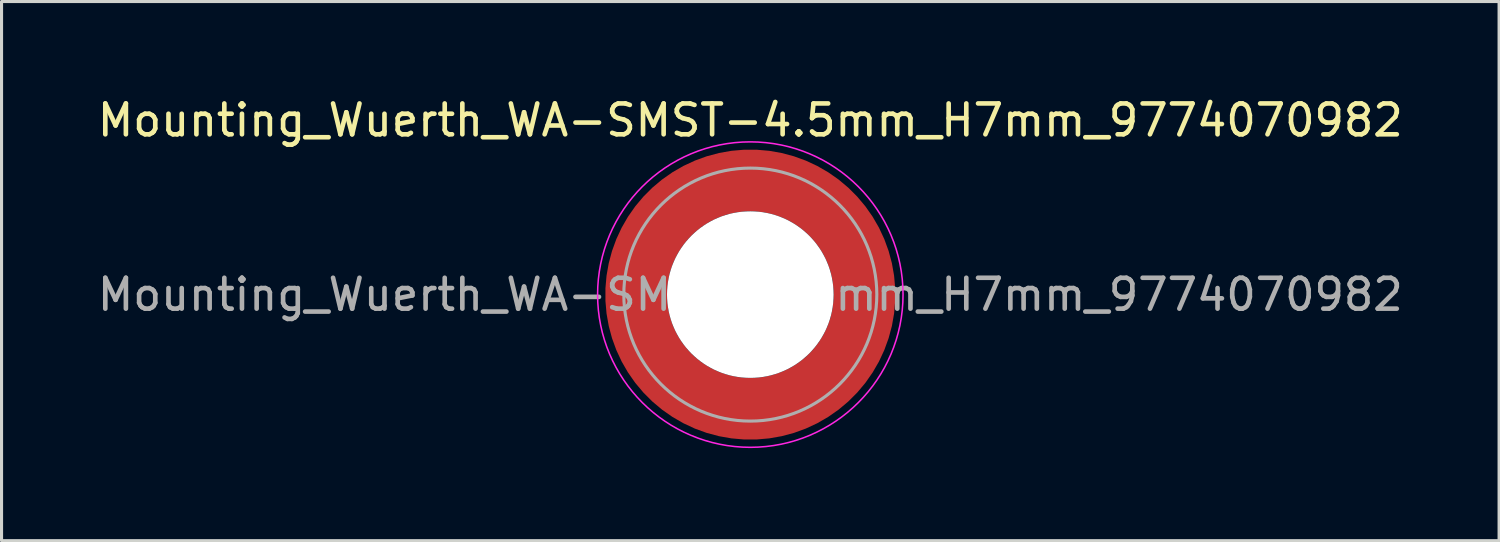
<source format=kicad_pcb>
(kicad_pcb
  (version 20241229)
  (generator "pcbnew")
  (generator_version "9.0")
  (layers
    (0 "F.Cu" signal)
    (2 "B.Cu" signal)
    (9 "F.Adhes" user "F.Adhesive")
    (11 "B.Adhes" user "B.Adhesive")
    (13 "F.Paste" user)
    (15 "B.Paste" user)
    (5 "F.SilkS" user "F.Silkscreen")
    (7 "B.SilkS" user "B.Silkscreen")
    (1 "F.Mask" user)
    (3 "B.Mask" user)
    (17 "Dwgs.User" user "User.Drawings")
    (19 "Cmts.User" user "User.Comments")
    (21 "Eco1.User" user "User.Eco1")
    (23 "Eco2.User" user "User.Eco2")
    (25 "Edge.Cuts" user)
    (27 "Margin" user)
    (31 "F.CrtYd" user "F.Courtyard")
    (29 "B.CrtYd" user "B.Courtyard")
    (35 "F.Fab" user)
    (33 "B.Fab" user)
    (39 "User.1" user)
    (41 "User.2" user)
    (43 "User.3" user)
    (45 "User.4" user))
  (footprint "Mounting_Wuerth_WA-SMST-4.5mm_H7mm_9774070982"
    (layer "F.Cu")
    (at 21.268 6.498)
    (property "Reference" "Mounting_Wuerth_WA-SMST-4.5mm_H7mm_9774070982" (at 0 -5.65 0) (layer "F.SilkS") (effects (font (size 1 1) (thickness 0.15))))
    (attr smd)
    (fp_circle (center 0 0) (end 4.95 0) (stroke (width 0.05) (type solid)) (fill no) (layer "F.CrtYd"))
    (fp_circle (center 0 0) (end 4.1 0) (stroke (width 0.1) (type solid)) (fill no) (layer "F.Fab"))
    (fp_text user "${REFERENCE}" (at 0 0 0) (layer "F.Fab") (effects (font (size 1 1) (thickness 0.15))))
    (pad "" smd custom (at -2.607 -2.607) (size 1.495 1.495) (layers "F.Paste") (options (anchor circle)) (primitives (gr_arc (start -0.188183 2.107456) (mid 0.598928 0.599619) (end 2.106494 -0.188011) (width 0.2)) (gr_arc (start -0.289416 2.107456) (mid 0.528508 0.529033) (end 2.106724 -0.28929) (width 0.2)) (gr_arc (start -0.390547 2.107456) (mid 0.457087 0.459449) (end 2.104161 -0.389996) (width 0.2)) (gr_arc (start -0.491585 2.107456) (mid 0.386415 0.389116) (end 2.103685 -0.490974) (width 0.2)) (gr_arc (start -0.59254 2.107456) (mid 0.31649 0.318035) (end 2.105297 -0.592202) (width 0.2)) (gr_arc (start -0.693419 2.107456) (mid 0.245252 0.248268) (end 2.103239 -0.692777) (width 0.2)) (gr_arc (start -0.794229 2.107456) (mid 0.174636 0.177878) (end 2.102921 -0.793559) (width 0.2)) (gr_arc (start -0.894975 2.107456) (mid 0.104643 0.106866) (end 2.104343 -0.894529) (width 0.2)) (gr_arc (start -0.995664 2.107456) (mid 0.033026 0.037479) (end 2.101219 -0.994793) (width 0.2)) (gr_arc (start -1.0963 2.107456) (mid -0.035789 -0.034714) (end 2.105949 -1.096096) (width 0.2)) (gr_arc (start -1.196886 2.107456) (mid -0.106351 -0.105157) (end 2.105783 -1.196666) (width 0.2)) (gr_arc (start -1.297427 2.107456) (mid -0.176416 -0.176097) (end 2.107009 -1.29737) (width 0.2)) (gr_arc (start -1.397927 2.107456) (mid -0.248476 -0.245042) (end 2.102638 -1.397323) (width 0.2)) (gr_arc (start -1.498388 2.107456) (mid -0.317612 -0.316913) (end 2.106475 -1.498268) (width 0.2)) (gr_arc (start -1.598813 2.107456) (mid -0.388865 -0.386665) (end 2.104366 -1.598444) (width 0.2)) (gr_arc (start -1.699204 2.107456) (mid -0.459747 -0.456787) (end 2.103299 -1.698719) (width 0.2)) (gr_arc (start -1.799565 2.107456) (mid -0.530257 -0.527283) (end 2.103277 -1.799089) (width 0.2)) (gr_arc (start -1.899896 2.107456) (mid -0.600396 -0.59815) (end 2.104299 -1.899545) (width 0.2)) (gr_arc (start -1.899896 2.107456) (mid -0.600396 -0.59815) (end 2.104299 -1.899545) (width 0.2)) (gr_line (start 2.107 -0.188) (end 2.107 -1.9) (width 0.2)) (gr_line (start -0.188 2.107) (end -1.9 2.107) (width 0.2))))
    (pad "" smd custom (at -2.607 2.607) (size 1.495 1.495) (layers "F.Paste") (options (anchor circle)) (primitives (gr_arc (start 2.107456 0.188183) (mid 0.599619 -0.598928) (end -0.188011 -2.106494) (width 0.2)) (gr_arc (start 2.107456 0.289416) (mid 0.529033 -0.528508) (end -0.28929 -2.106724) (width 0.2)) (gr_arc (start 2.107456 0.390547) (mid 0.459449 -0.457087) (end -0.389996 -2.104161) (width 0.2)) (gr_arc (start 2.107456 0.491585) (mid 0.389116 -0.386415) (end -0.490974 -2.103685) (width 0.2)) (gr_arc (start 2.107456 0.59254) (mid 0.318035 -0.31649) (end -0.592202 -2.105297) (width 0.2)) (gr_arc (start 2.107456 0.693419) (mid 0.248268 -0.245252) (end -0.692777 -2.103239) (width 0.2)) (gr_arc (start 2.107456 0.794229) (mid 0.177878 -0.174636) (end -0.793559 -2.102921) (width 0.2)) (gr_arc (start 2.107456 0.894975) (mid 0.106866 -0.104643) (end -0.894529 -2.104343) (width 0.2)) (gr_arc (start 2.107456 0.995664) (mid 0.037479 -0.033026) (end -0.994793 -2.101219) (width 0.2)) (gr_arc (start 2.107456 1.0963) (mid -0.034714 0.035789) (end -1.096096 -2.105949) (width 0.2)) (gr_arc (start 2.107456 1.196886) (mid -0.105157 0.106351) (end -1.196666 -2.105783) (width 0.2)) (gr_arc (start 2.107456 1.297427) (mid -0.176097 0.176416) (end -1.29737 -2.107009) (width 0.2)) (gr_arc (start 2.107456 1.397927) (mid -0.245042 0.248476) (end -1.397323 -2.102638) (width 0.2)) (gr_arc (start 2.107456 1.498388) (mid -0.316913 0.317612) (end -1.498268 -2.106475) (width 0.2)) (gr_arc (start 2.107456 1.598813) (mid -0.386665 0.388865) (end -1.598444 -2.104366) (width 0.2)) (gr_arc (start 2.107456 1.699204) (mid -0.456787 0.459747) (end -1.698719 -2.103299) (width 0.2)) (gr_arc (start 2.107456 1.799565) (mid -0.527283 0.530257) (end -1.799089 -2.103277) (width 0.2)) (gr_arc (start 2.107456 1.899896) (mid -0.59815 0.600396) (end -1.899545 -2.104299) (width 0.2)) (gr_arc (start 2.107456 1.899896) (mid -0.59815 0.600396) (end -1.899545 -2.104299) (width 0.2)) (gr_line (start -0.188 -2.107) (end -1.9 -2.107) (width 0.2)) (gr_line (start 2.107 0.188) (end 2.107 1.9) (width 0.2))))
    (pad "" np_thru_hole circle (at 0 0) (size 5.4 5.4) (drill 5.4) (layers "*.Cu" "*.Mask"))
    (pad "" smd custom (at 2.607 -2.607) (size 1.495 1.495) (layers "F.Paste") (options (anchor circle)) (primitives (gr_arc (start -2.107456 -0.188183) (mid -0.599619 0.598928) (end 0.188011 2.106494) (width 0.2)) (gr_arc (start -2.107456 -0.289416) (mid -0.529033 0.528508) (end 0.28929 2.106724) (width 0.2)) (gr_arc (start -2.107456 -0.390547) (mid -0.459449 0.457087) (end 0.389996 2.104161) (width 0.2)) (gr_arc (start -2.107456 -0.491585) (mid -0.389116 0.386415) (end 0.490974 2.103685) (width 0.2)) (gr_arc (start -2.107456 -0.59254) (mid -0.318035 0.31649) (end 0.592202 2.105297) (width 0.2)) (gr_arc (start -2.107456 -0.693419) (mid -0.248268 0.245252) (end 0.692777 2.103239) (width 0.2)) (gr_arc (start -2.107456 -0.794229) (mid -0.177878 0.174636) (end 0.793559 2.102921) (width 0.2)) (gr_arc (start -2.107456 -0.894975) (mid -0.106866 0.104643) (end 0.894529 2.104343) (width 0.2)) (gr_arc (start -2.107456 -0.995664) (mid -0.037479 0.033026) (end 0.994793 2.101219) (width 0.2)) (gr_arc (start -2.107456 -1.0963) (mid 0.034714 -0.035789) (end 1.096096 2.105949) (width 0.2)) (gr_arc (start -2.107456 -1.196886) (mid 0.105157 -0.106351) (end 1.196666 2.105783) (width 0.2)) (gr_arc (start -2.107456 -1.297427) (mid 0.176097 -0.176416) (end 1.29737 2.107009) (width 0.2)) (gr_arc (start -2.107456 -1.397927) (mid 0.245042 -0.248476) (end 1.397323 2.102638) (width 0.2)) (gr_arc (start -2.107456 -1.498388) (mid 0.316913 -0.317612) (end 1.498268 2.106475) (width 0.2)) (gr_arc (start -2.107456 -1.598813) (mid 0.386665 -0.388865) (end 1.598444 2.104366) (width 0.2)) (gr_arc (start -2.107456 -1.699204) (mid 0.456787 -0.459747) (end 1.698719 2.103299) (width 0.2)) (gr_arc (start -2.107456 -1.799565) (mid 0.527283 -0.530257) (end 1.799089 2.103277) (width 0.2)) (gr_arc (start -2.107456 -1.899896) (mid 0.59815 -0.600396) (end 1.899545 2.104299) (width 0.2)) (gr_arc (start -2.107456 -1.899896) (mid 0.59815 -0.600396) (end 1.899545 2.104299) (width 0.2)) (gr_line (start 0.188 2.107) (end 1.9 2.107) (width 0.2)) (gr_line (start -2.107 -0.188) (end -2.107 -1.9) (width 0.2))))
    (pad "" smd custom (at 2.607 2.607) (size 1.495 1.495) (layers "F.Paste") (options (anchor circle)) (primitives (gr_arc (start 0.188183 -2.107456) (mid -0.598928 -0.599619) (end -2.106494 0.188011) (width 0.2)) (gr_arc (start 0.289416 -2.107456) (mid -0.528508 -0.529033) (end -2.106724 0.28929) (width 0.2)) (gr_arc (start 0.390547 -2.107456) (mid -0.457087 -0.459449) (end -2.104161 0.389996) (width 0.2)) (gr_arc (start 0.491585 -2.107456) (mid -0.386415 -0.389116) (end -2.103685 0.490974) (width 0.2)) (gr_arc (start 0.59254 -2.107456) (mid -0.31649 -0.318035) (end -2.105297 0.592202) (width 0.2)) (gr_arc (start 0.693419 -2.107456) (mid -0.245252 -0.248268) (end -2.103239 0.692777) (width 0.2)) (gr_arc (start 0.794229 -2.107456) (mid -0.174636 -0.177878) (end -2.102921 0.793559) (width 0.2)) (gr_arc (start 0.894975 -2.107456) (mid -0.104643 -0.106866) (end -2.104343 0.894529) (width 0.2)) (gr_arc (start 0.995664 -2.107456) (mid -0.033026 -0.037479) (end -2.101219 0.994793) (width 0.2)) (gr_arc (start 1.0963 -2.107456) (mid 0.035789 0.034714) (end -2.105949 1.096096) (width 0.2)) (gr_arc (start 1.196886 -2.107456) (mid 0.106351 0.105157) (end -2.105783 1.196666) (width 0.2)) (gr_arc (start 1.297427 -2.107456) (mid 0.176416 0.176097) (end -2.107009 1.29737) (width 0.2)) (gr_arc (start 1.397927 -2.107456) (mid 0.248476 0.245042) (end -2.102638 1.397323) (width 0.2)) (gr_arc (start 1.498388 -2.107456) (mid 0.317612 0.316913) (end -2.106475 1.498268) (width 0.2)) (gr_arc (start 1.598813 -2.107456) (mid 0.388865 0.386665) (end -2.104366 1.598444) (width 0.2)) (gr_arc (start 1.699204 -2.107456) (mid 0.459747 0.456787) (end -2.103299 1.698719) (width 0.2)) (gr_arc (start 1.799565 -2.107456) (mid 0.530257 0.527283) (end -2.103277 1.799089) (width 0.2)) (gr_arc (start 1.899896 -2.107456) (mid 0.600396 0.59815) (end -2.104299 1.899545) (width 0.2)) (gr_arc (start 1.899896 -2.107456) (mid 0.600396 0.59815) (end -2.104299 1.899545) (width 0.2)) (gr_line (start -2.107 0.188) (end -2.107 1.9) (width 0.2)) (gr_line (start 0.188 -2.107) (end 1.9 -2.107) (width 0.2))))
    (pad "1" smd circle (at -3.7 0) (size 1.6 1.6) (layers "F.Cu"))
    (pad "1" smd circle (at 0 -3.7) (size 1.6 1.6) (layers "F.Cu"))
    (pad "1" smd circle (at 0 3.7) (size 1.6 1.6) (layers "F.Cu"))
    (pad "1" smd custom (at 3.7 0) (size 1.6 1.6) (layers "F.Cu" "F.Mask") (options (anchor circle)) (primitives (gr_circle (center -3.7 0) (end 0 0) (width 2) (fill no)))))
  (gr_rect
    (start -3 -3)
    (end 45.536 14.473)
    (stroke (width 0.1) (type default))
    (fill no)
    (layer "Edge.Cuts")))
</source>
